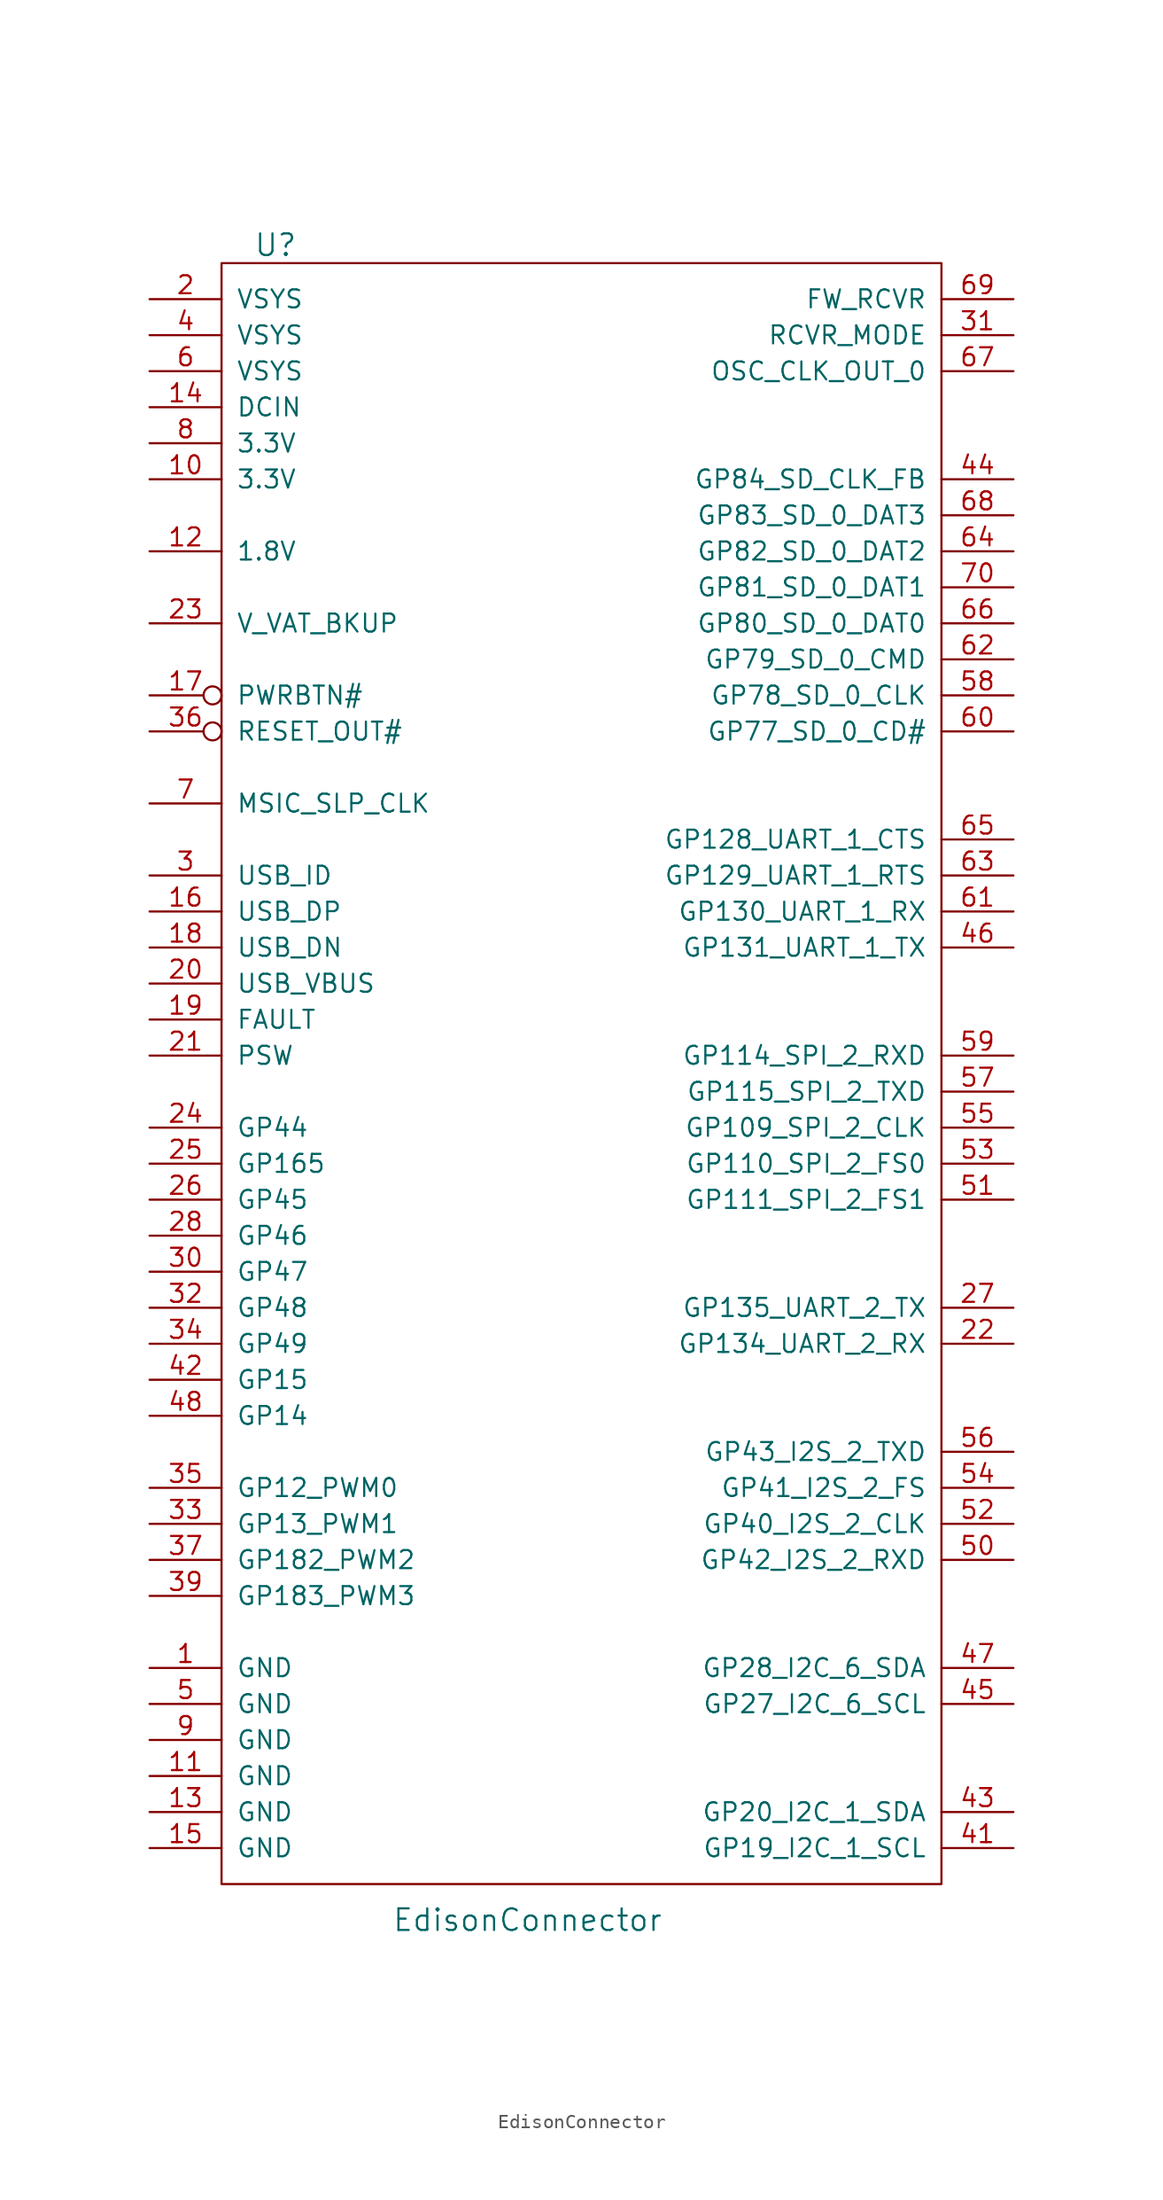
<source format=kicad_sym>
(kicad_symbol_lib
  (version 20211014)
  (generator kicad_symbol_editor)
  (symbol "EdisonConnector"
    (pin_names
      (offset 1.016))
    (property "Reference" "U"
      (at -21.59 57.15 0)
      (effects (font (size 1.524 1.524))))
    (property "Value" "EdisonConnector"
      (at -3.81 -60.96 0)
      (effects (font (size 1.524 1.524))))
    (property "Footprint" ""
      (at 0 10.16 0)
      (effects (font (size 1.524 1.524))))
    (property "Datasheet" ""
      (at 0 10.16 0)
      (effects (font (size 1.524 1.524))))
    (symbol "EdisonConnector_0_1"
      (rectangle (start -25.4 55.88) (end 25.4 -58.42) (stroke (width 0) (type default) (color 0 0 0 0)) (fill (type none))))
    (symbol "EdisonConnector_1_1"
      (pin power_in line (at -30.48 -43.18 0) (length 5.08) (name "GND" (effects (font (size 1.27 1.27)))) (number "1" (effects (font (size 1.27 1.27)))))
      (pin power_in line (at -30.48 40.64 0) (length 5.08) (name "3.3V" (effects (font (size 1.27 1.27)))) (number "10" (effects (font (size 1.27 1.27)))))
      (pin power_in line (at -30.48 -50.8 0) (length 5.08) (name "GND" (effects (font (size 1.27 1.27)))) (number "11" (effects (font (size 1.27 1.27)))))
      (pin power_in line (at -30.48 35.56 0) (length 5.08) (name "1.8V" (effects (font (size 1.27 1.27)))) (number "12" (effects (font (size 1.27 1.27)))))
      (pin power_in line (at -30.48 -53.34 0) (length 5.08) (name "GND" (effects (font (size 1.27 1.27)))) (number "13" (effects (font (size 1.27 1.27)))))
      (pin power_in line (at -30.48 45.72 0) (length 5.08) (name "DCIN" (effects (font (size 1.27 1.27)))) (number "14" (effects (font (size 1.27 1.27)))))
      (pin power_in line (at -30.48 -55.88 0) (length 5.08) (name "GND" (effects (font (size 1.27 1.27)))) (number "15" (effects (font (size 1.27 1.27)))))
      (pin bidirectional line (at -30.48 10.16 0) (length 5.08) (name "USB_DP" (effects (font (size 1.27 1.27)))) (number "16" (effects (font (size 1.27 1.27)))))
      (pin input inverted (at -30.48 25.4 0) (length 5.08) (name "PWRBTN#" (effects (font (size 1.27 1.27)))) (number "17" (effects (font (size 1.27 1.27)))))
      (pin bidirectional line (at -30.48 7.62 0) (length 5.08) (name "USB_DN" (effects (font (size 1.27 1.27)))) (number "18" (effects (font (size 1.27 1.27)))))
      (pin input line (at -30.48 2.54 0) (length 5.08) (name "FAULT" (effects (font (size 1.27 1.27)))) (number "19" (effects (font (size 1.27 1.27)))))
      (pin power_in line (at -30.48 53.34 0) (length 5.08) (name "VSYS" (effects (font (size 1.27 1.27)))) (number "2" (effects (font (size 1.27 1.27)))))
      (pin power_in line (at -30.48 5.08 0) (length 5.08) (name "USB_VBUS" (effects (font (size 1.27 1.27)))) (number "20" (effects (font (size 1.27 1.27)))))
      (pin input line (at -30.48 0 0) (length 5.08) (name "PSW" (effects (font (size 1.27 1.27)))) (number "21" (effects (font (size 1.27 1.27)))))
      (pin bidirectional line (at 30.48 -20.32 180) (length 5.08) (name "GP134_UART_2_RX" (effects (font (size 1.27 1.27)))) (number "22" (effects (font (size 1.27 1.27)))))
      (pin power_in line (at -30.48 30.48 0) (length 5.08) (name "V_VAT_BKUP" (effects (font (size 1.27 1.27)))) (number "23" (effects (font (size 1.27 1.27)))))
      (pin bidirectional line (at -30.48 -5.08 0) (length 5.08) (name "GP44" (effects (font (size 1.27 1.27)))) (number "24" (effects (font (size 1.27 1.27)))))
      (pin bidirectional line (at -30.48 -7.62 0) (length 5.08) (name "GP165" (effects (font (size 1.27 1.27)))) (number "25" (effects (font (size 1.27 1.27)))))
      (pin bidirectional line (at -30.48 -10.16 0) (length 5.08) (name "GP45" (effects (font (size 1.27 1.27)))) (number "26" (effects (font (size 1.27 1.27)))))
      (pin bidirectional line (at 30.48 -17.78 180) (length 5.08) (name "GP135_UART_2_TX" (effects (font (size 1.27 1.27)))) (number "27" (effects (font (size 1.27 1.27)))))
      (pin bidirectional line (at -30.48 -12.7 0) (length 5.08) (name "GP46" (effects (font (size 1.27 1.27)))) (number "28" (effects (font (size 1.27 1.27)))))
      (pin input line (at -30.48 12.7 0) (length 5.08) (name "USB_ID" (effects (font (size 1.27 1.27)))) (number "3" (effects (font (size 1.27 1.27)))))
      (pin bidirectional line (at -30.48 -15.24 0) (length 5.08) (name "GP47" (effects (font (size 1.27 1.27)))) (number "30" (effects (font (size 1.27 1.27)))))
      (pin input line (at 30.48 50.8 180) (length 5.08) (name "RCVR_MODE" (effects (font (size 1.27 1.27)))) (number "31" (effects (font (size 1.27 1.27)))))
      (pin bidirectional line (at -30.48 -17.78 0) (length 5.08) (name "GP48" (effects (font (size 1.27 1.27)))) (number "32" (effects (font (size 1.27 1.27)))))
      (pin bidirectional line (at -30.48 -33.02 0) (length 5.08) (name "GP13_PWM1" (effects (font (size 1.27 1.27)))) (number "33" (effects (font (size 1.27 1.27)))))
      (pin bidirectional line (at -30.48 -20.32 0) (length 5.08) (name "GP49" (effects (font (size 1.27 1.27)))) (number "34" (effects (font (size 1.27 1.27)))))
      (pin bidirectional line (at -30.48 -30.48 0) (length 5.08) (name "GP12_PWM0" (effects (font (size 1.27 1.27)))) (number "35" (effects (font (size 1.27 1.27)))))
      (pin output inverted (at -30.48 22.86 0) (length 5.08) (name "RESET_OUT#" (effects (font (size 1.27 1.27)))) (number "36" (effects (font (size 1.27 1.27)))))
      (pin bidirectional line (at -30.48 -35.56 0) (length 5.08) (name "GP182_PWM2" (effects (font (size 1.27 1.27)))) (number "37" (effects (font (size 1.27 1.27)))))
      (pin bidirectional line (at -30.48 -38.1 0) (length 5.08) (name "GP183_PWM3" (effects (font (size 1.27 1.27)))) (number "39" (effects (font (size 1.27 1.27)))))
      (pin power_in line (at -30.48 50.8 0) (length 5.08) (name "VSYS" (effects (font (size 1.27 1.27)))) (number "4" (effects (font (size 1.27 1.27)))))
      (pin bidirectional line (at 30.48 -55.88 180) (length 5.08) (name "GP19_I2C_1_SCL" (effects (font (size 1.27 1.27)))) (number "41" (effects (font (size 1.27 1.27)))))
      (pin bidirectional line (at -30.48 -22.86 0) (length 5.08) (name "GP15" (effects (font (size 1.27 1.27)))) (number "42" (effects (font (size 1.27 1.27)))))
      (pin bidirectional line (at 30.48 -53.34 180) (length 5.08) (name "GP20_I2C_1_SDA" (effects (font (size 1.27 1.27)))) (number "43" (effects (font (size 1.27 1.27)))))
      (pin bidirectional line (at 30.48 40.64 180) (length 5.08) (name "GP84_SD_CLK_FB" (effects (font (size 1.27 1.27)))) (number "44" (effects (font (size 1.27 1.27)))))
      (pin bidirectional line (at 30.48 -45.72 180) (length 5.08) (name "GP27_I2C_6_SCL" (effects (font (size 1.27 1.27)))) (number "45" (effects (font (size 1.27 1.27)))))
      (pin bidirectional line (at 30.48 7.62 180) (length 5.08) (name "GP131_UART_1_TX" (effects (font (size 1.27 1.27)))) (number "46" (effects (font (size 1.27 1.27)))))
      (pin bidirectional line (at 30.48 -43.18 180) (length 5.08) (name "GP28_I2C_6_SDA" (effects (font (size 1.27 1.27)))) (number "47" (effects (font (size 1.27 1.27)))))
      (pin bidirectional line (at -30.48 -25.4 0) (length 5.08) (name "GP14" (effects (font (size 1.27 1.27)))) (number "48" (effects (font (size 1.27 1.27)))))
      (pin power_in line (at -30.48 -45.72 0) (length 5.08) (name "GND" (effects (font (size 1.27 1.27)))) (number "5" (effects (font (size 1.27 1.27)))))
      (pin bidirectional line (at 30.48 -35.56 180) (length 5.08) (name "GP42_I2S_2_RXD" (effects (font (size 1.27 1.27)))) (number "50" (effects (font (size 1.27 1.27)))))
      (pin bidirectional line (at 30.48 -10.16 180) (length 5.08) (name "GP111_SPI_2_FS1" (effects (font (size 1.27 1.27)))) (number "51" (effects (font (size 1.27 1.27)))))
      (pin bidirectional line (at 30.48 -33.02 180) (length 5.08) (name "GP40_I2S_2_CLK" (effects (font (size 1.27 1.27)))) (number "52" (effects (font (size 1.27 1.27)))))
      (pin bidirectional line (at 30.48 -7.62 180) (length 5.08) (name "GP110_SPI_2_FS0" (effects (font (size 1.27 1.27)))) (number "53" (effects (font (size 1.27 1.27)))))
      (pin bidirectional line (at 30.48 -30.48 180) (length 5.08) (name "GP41_I2S_2_FS" (effects (font (size 1.27 1.27)))) (number "54" (effects (font (size 1.27 1.27)))))
      (pin bidirectional line (at 30.48 -5.08 180) (length 5.08) (name "GP109_SPI_2_CLK" (effects (font (size 1.27 1.27)))) (number "55" (effects (font (size 1.27 1.27)))))
      (pin bidirectional line (at 30.48 -27.94 180) (length 5.08) (name "GP43_I2S_2_TXD" (effects (font (size 1.27 1.27)))) (number "56" (effects (font (size 1.27 1.27)))))
      (pin bidirectional line (at 30.48 -2.54 180) (length 5.08) (name "GP115_SPI_2_TXD" (effects (font (size 1.27 1.27)))) (number "57" (effects (font (size 1.27 1.27)))))
      (pin bidirectional line (at 30.48 25.4 180) (length 5.08) (name "GP78_SD_0_CLK" (effects (font (size 1.27 1.27)))) (number "58" (effects (font (size 1.27 1.27)))))
      (pin bidirectional line (at 30.48 0 180) (length 5.08) (name "GP114_SPI_2_RXD" (effects (font (size 1.27 1.27)))) (number "59" (effects (font (size 1.27 1.27)))))
      (pin power_in line (at -30.48 48.26 0) (length 5.08) (name "VSYS" (effects (font (size 1.27 1.27)))) (number "6" (effects (font (size 1.27 1.27)))))
      (pin bidirectional line (at 30.48 22.86 180) (length 5.08) (name "GP77_SD_0_CD#" (effects (font (size 1.27 1.27)))) (number "60" (effects (font (size 1.27 1.27)))))
      (pin bidirectional line (at 30.48 10.16 180) (length 5.08) (name "GP130_UART_1_RX" (effects (font (size 1.27 1.27)))) (number "61" (effects (font (size 1.27 1.27)))))
      (pin bidirectional line (at 30.48 27.94 180) (length 5.08) (name "GP79_SD_0_CMD" (effects (font (size 1.27 1.27)))) (number "62" (effects (font (size 1.27 1.27)))))
      (pin bidirectional line (at 30.48 12.7 180) (length 5.08) (name "GP129_UART_1_RTS" (effects (font (size 1.27 1.27)))) (number "63" (effects (font (size 1.27 1.27)))))
      (pin bidirectional line (at 30.48 35.56 180) (length 5.08) (name "GP82_SD_0_DAT2" (effects (font (size 1.27 1.27)))) (number "64" (effects (font (size 1.27 1.27)))))
      (pin bidirectional line (at 30.48 15.24 180) (length 5.08) (name "GP128_UART_1_CTS" (effects (font (size 1.27 1.27)))) (number "65" (effects (font (size 1.27 1.27)))))
      (pin bidirectional line (at 30.48 30.48 180) (length 5.08) (name "GP80_SD_0_DAT0" (effects (font (size 1.27 1.27)))) (number "66" (effects (font (size 1.27 1.27)))))
      (pin output line (at 30.48 48.26 180) (length 5.08) (name "OSC_CLK_OUT_0" (effects (font (size 1.27 1.27)))) (number "67" (effects (font (size 1.27 1.27)))))
      (pin bidirectional line (at 30.48 38.1 180) (length 5.08) (name "GP83_SD_0_DAT3" (effects (font (size 1.27 1.27)))) (number "68" (effects (font (size 1.27 1.27)))))
      (pin input line (at 30.48 53.34 180) (length 5.08) (name "FW_RCVR" (effects (font (size 1.27 1.27)))) (number "69" (effects (font (size 1.27 1.27)))))
      (pin input line (at -30.48 17.78 0) (length 5.08) (name "MSIC_SLP_CLK" (effects (font (size 1.27 1.27)))) (number "7" (effects (font (size 1.27 1.27)))))
      (pin bidirectional line (at 30.48 33.02 180) (length 5.08) (name "GP81_SD_0_DAT1" (effects (font (size 1.27 1.27)))) (number "70" (effects (font (size 1.27 1.27)))))
      (pin power_in line (at -30.48 43.18 0) (length 5.08) (name "3.3V" (effects (font (size 1.27 1.27)))) (number "8" (effects (font (size 1.27 1.27)))))
      (pin power_in line (at -30.48 -48.26 0) (length 5.08) (name "GND" (effects (font (size 1.27 1.27)))) (number "9" (effects (font (size 1.27 1.27))))))))
</source>
